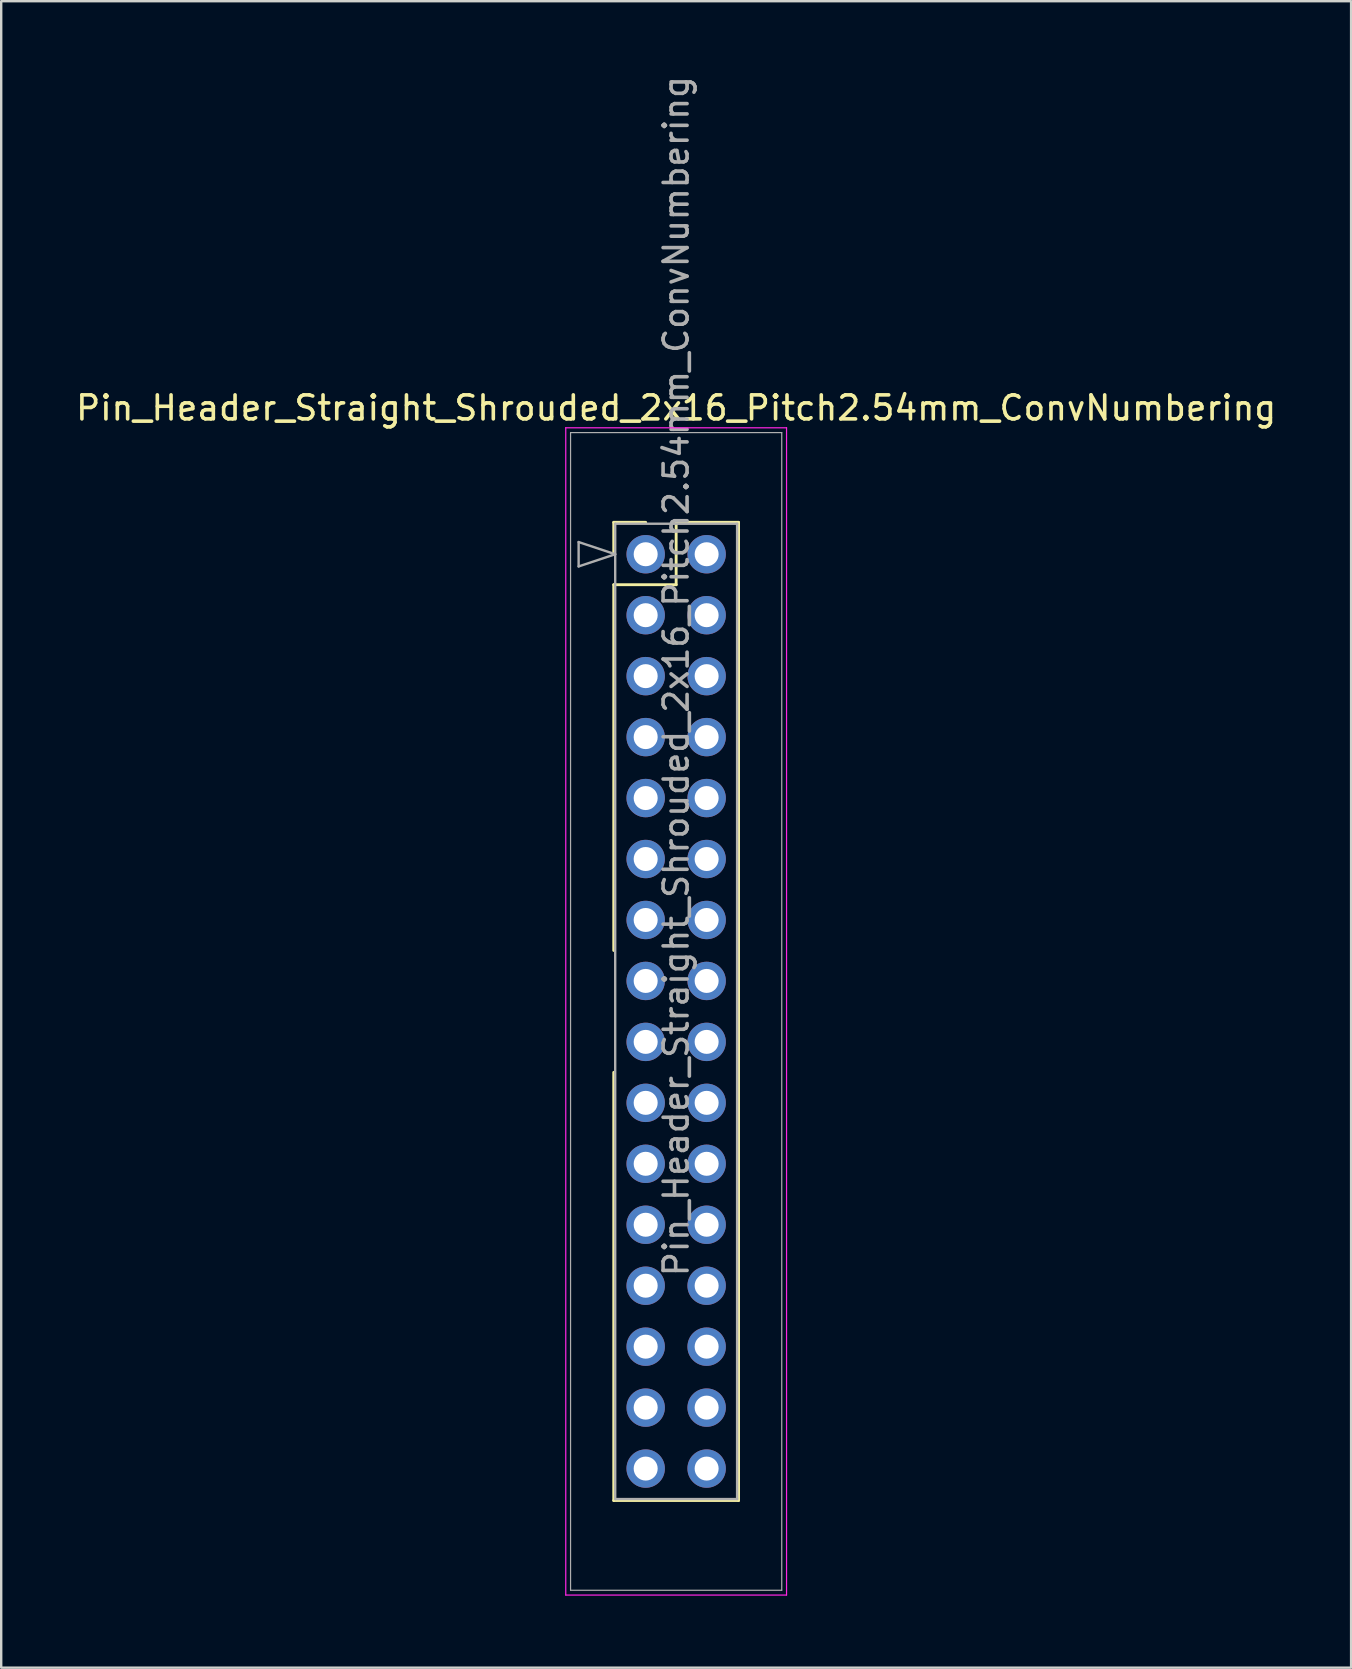
<source format=kicad_pcb>
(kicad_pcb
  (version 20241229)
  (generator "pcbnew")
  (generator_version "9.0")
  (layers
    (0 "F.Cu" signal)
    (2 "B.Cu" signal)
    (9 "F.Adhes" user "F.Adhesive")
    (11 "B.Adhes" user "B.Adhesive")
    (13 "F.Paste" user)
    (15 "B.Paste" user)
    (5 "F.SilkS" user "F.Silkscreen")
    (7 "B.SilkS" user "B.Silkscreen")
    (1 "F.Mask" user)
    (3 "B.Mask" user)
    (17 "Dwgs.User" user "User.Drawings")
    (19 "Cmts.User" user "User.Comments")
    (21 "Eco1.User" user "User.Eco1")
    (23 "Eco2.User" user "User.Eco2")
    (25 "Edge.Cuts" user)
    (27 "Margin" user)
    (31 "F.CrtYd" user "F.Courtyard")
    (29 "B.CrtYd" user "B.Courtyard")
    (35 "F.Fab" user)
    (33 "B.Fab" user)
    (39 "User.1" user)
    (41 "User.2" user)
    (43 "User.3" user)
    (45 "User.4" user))
  (footprint "Pin_Header_Straight_Shrouded_2x16_Pitch2.54mm_ConvNumbering"
    (layer "F.Cu")
    (at 23.855 20.045)
    (property "Reference" "Pin_Header_Straight_Shrouded_2x16_Pitch2.54mm_ConvNumbering" (at 1.27 -6.096 0) (layer "F.SilkS") (effects (font (size 1 1) (thickness 0.15))))
    (attr through_hole)
    (fp_line (start -1.33 -1.33) (end 0 -1.33) (stroke (width 0.12) (type solid)) (layer "F.SilkS"))
    (fp_line (start -1.33 0) (end -1.33 -1.33) (stroke (width 0.12) (type solid)) (layer "F.SilkS"))
    (fp_line (start -1.33 1.27) (end -1.33 16.51) (stroke (width 0.12) (type solid)) (layer "F.SilkS"))
    (fp_line (start -1.33 1.27) (end 1.27 1.27) (stroke (width 0.12) (type solid)) (layer "F.SilkS"))
    (fp_line (start -1.33 21.59) (end -1.33 39.43) (stroke (width 0.12) (type solid)) (layer "F.SilkS"))
    (fp_line (start -1.33 39.43) (end 3.87 39.43) (stroke (width 0.12) (type solid)) (layer "F.SilkS"))
    (fp_line (start 1.27 -1.33) (end 3.87 -1.33) (stroke (width 0.12) (type solid)) (layer "F.SilkS"))
    (fp_line (start 1.27 1.27) (end 1.27 -1.33) (stroke (width 0.12) (type solid)) (layer "F.SilkS"))
    (fp_line (start 3.87 -1.33) (end 3.87 39.43) (stroke (width 0.12) (type solid)) (layer "F.SilkS"))
    (fp_line (start -3.33 -5.27) (end -3.33 43.37) (stroke (width 0.05) (type solid)) (layer "F.CrtYd"))
    (fp_line (start -3.33 43.37) (end 5.87 43.37) (stroke (width 0.05) (type solid)) (layer "F.CrtYd"))
    (fp_line (start 5.87 -5.27) (end -3.33 -5.27) (stroke (width 0.05) (type solid)) (layer "F.CrtYd"))
    (fp_line (start 5.87 43.37) (end 5.87 -5.27) (stroke (width 0.05) (type solid)) (layer "F.CrtYd"))
    (fp_line (start -3.13 -5.07) (end -3.13 43.17) (stroke (width 0.05) (type solid)) (layer "F.Fab"))
    (fp_line (start -3.13 43.17) (end 5.67 43.17) (stroke (width 0.05) (type solid)) (layer "F.Fab"))
    (fp_line (start -2.794 -0.508) (end -1.27 0) (stroke (width 0.1) (type solid)) (layer "F.Fab"))
    (fp_line (start -2.794 0.508) (end -2.794 -0.508) (stroke (width 0.1) (type solid)) (layer "F.Fab"))
    (fp_line (start -1.27 -1.27) (end -1.27 39.37) (stroke (width 0.1) (type solid)) (layer "F.Fab"))
    (fp_line (start -1.27 0) (end -2.794 0.508) (stroke (width 0.1) (type solid)) (layer "F.Fab"))
    (fp_line (start -1.27 39.37) (end 3.81 39.37) (stroke (width 0.1) (type solid)) (layer "F.Fab"))
    (fp_line (start 3.81 -1.27) (end -1.27 -1.27) (stroke (width 0.1) (type solid)) (layer "F.Fab"))
    (fp_line (start 3.81 39.37) (end 3.81 -1.27) (stroke (width 0.1) (type solid)) (layer "F.Fab"))
    (fp_line (start 5.67 -5.07) (end -3.13 -5.07) (stroke (width 0.05) (type solid)) (layer "F.Fab"))
    (fp_line (start 5.67 43.17) (end 5.67 -5.07) (stroke (width 0.05) (type solid)) (layer "F.Fab"))
    (fp_text user "${REFERENCE}" (at 1.27 5.08 90) (layer "F.Fab") (effects (font (size 1 1) (thickness 0.15))))
    (pad "1" thru_hole oval (at 0 0) (size 1.6 1.6) (drill 1) (layers "*.Cu" "*.Mask"))
    (pad "2" thru_hole oval (at 2.54 0) (size 1.6 1.6) (drill 1) (layers "*.Cu" "*.Mask"))
    (pad "3" thru_hole oval (at 0 2.54) (size 1.6 1.6) (drill 1) (layers "*.Cu" "*.Mask"))
    (pad "4" thru_hole oval (at 2.54 2.54) (size 1.6 1.6) (drill 1) (layers "*.Cu" "*.Mask"))
    (pad "5" thru_hole oval (at 0 5.08) (size 1.6 1.6) (drill 1) (layers "*.Cu" "*.Mask"))
    (pad "6" thru_hole oval (at 2.54 5.08) (size 1.6 1.6) (drill 1) (layers "*.Cu" "*.Mask"))
    (pad "7" thru_hole oval (at 0 7.62) (size 1.6 1.6) (drill 1) (layers "*.Cu" "*.Mask"))
    (pad "8" thru_hole oval (at 2.54 7.62) (size 1.6 1.6) (drill 1) (layers "*.Cu" "*.Mask"))
    (pad "9" thru_hole oval (at 0 10.16) (size 1.6 1.6) (drill 1) (layers "*.Cu" "*.Mask"))
    (pad "10" thru_hole oval (at 2.54 10.16) (size 1.6 1.6) (drill 1) (layers "*.Cu" "*.Mask"))
    (pad "11" thru_hole oval (at 0 12.7) (size 1.6 1.6) (drill 1) (layers "*.Cu" "*.Mask"))
    (pad "12" thru_hole oval (at 2.54 12.7) (size 1.6 1.6) (drill 1) (layers "*.Cu" "*.Mask"))
    (pad "13" thru_hole oval (at 0 15.24) (size 1.6 1.6) (drill 1) (layers "*.Cu" "*.Mask"))
    (pad "14" thru_hole oval (at 2.54 15.24) (size 1.6 1.6) (drill 1) (layers "*.Cu" "*.Mask"))
    (pad "15" thru_hole oval (at 0 17.78) (size 1.6 1.6) (drill 1) (layers "*.Cu" "*.Mask"))
    (pad "16" thru_hole oval (at 2.54 17.78) (size 1.6 1.6) (drill 1) (layers "*.Cu" "*.Mask"))
    (pad "17" thru_hole oval (at 0 20.32) (size 1.6 1.6) (drill 1) (layers "*.Cu" "*.Mask"))
    (pad "18" thru_hole oval (at 2.54 20.32) (size 1.6 1.6) (drill 1) (layers "*.Cu" "*.Mask"))
    (pad "19" thru_hole oval (at 0 22.86) (size 1.6 1.6) (drill 1) (layers "*.Cu" "*.Mask"))
    (pad "20" thru_hole oval (at 2.54 22.86) (size 1.6 1.6) (drill 1) (layers "*.Cu" "*.Mask"))
    (pad "21" thru_hole oval (at 0 25.4) (size 1.6 1.6) (drill 1) (layers "*.Cu" "*.Mask"))
    (pad "22" thru_hole oval (at 2.54 25.4) (size 1.6 1.6) (drill 1) (layers "*.Cu" "*.Mask"))
    (pad "23" thru_hole oval (at 0 27.94) (size 1.6 1.6) (drill 1) (layers "*.Cu" "*.Mask"))
    (pad "24" thru_hole oval (at 2.54 27.94) (size 1.6 1.6) (drill 1) (layers "*.Cu" "*.Mask"))
    (pad "25" thru_hole oval (at 0 30.48) (size 1.6 1.6) (drill 1) (layers "*.Cu" "*.Mask"))
    (pad "26" thru_hole oval (at 2.54 30.48) (size 1.6 1.6) (drill 1) (layers "*.Cu" "*.Mask"))
    (pad "27" thru_hole oval (at 0 33.02) (size 1.6 1.6) (drill 1) (layers "*.Cu" "*.Mask"))
    (pad "28" thru_hole oval (at 2.54 33.02) (size 1.6 1.6) (drill 1) (layers "*.Cu" "*.Mask"))
    (pad "29" thru_hole oval (at 0 35.56) (size 1.6 1.6) (drill 1) (layers "*.Cu" "*.Mask"))
    (pad "30" thru_hole oval (at 2.54 35.56) (size 1.6 1.6) (drill 1) (layers "*.Cu" "*.Mask"))
    (pad "31" thru_hole oval (at 0 38.1) (size 1.6 1.6) (drill 1) (layers "*.Cu" "*.Mask"))
    (pad "32" thru_hole oval (at 2.54 38.1) (size 1.6 1.6) (drill 1) (layers "*.Cu" "*.Mask")))
  (gr_rect
    (start -3 -3)
    (end 53.25 66.44)
    (stroke (width 0.1) (type default))
    (fill no)
    (layer "Edge.Cuts")))
</source>
